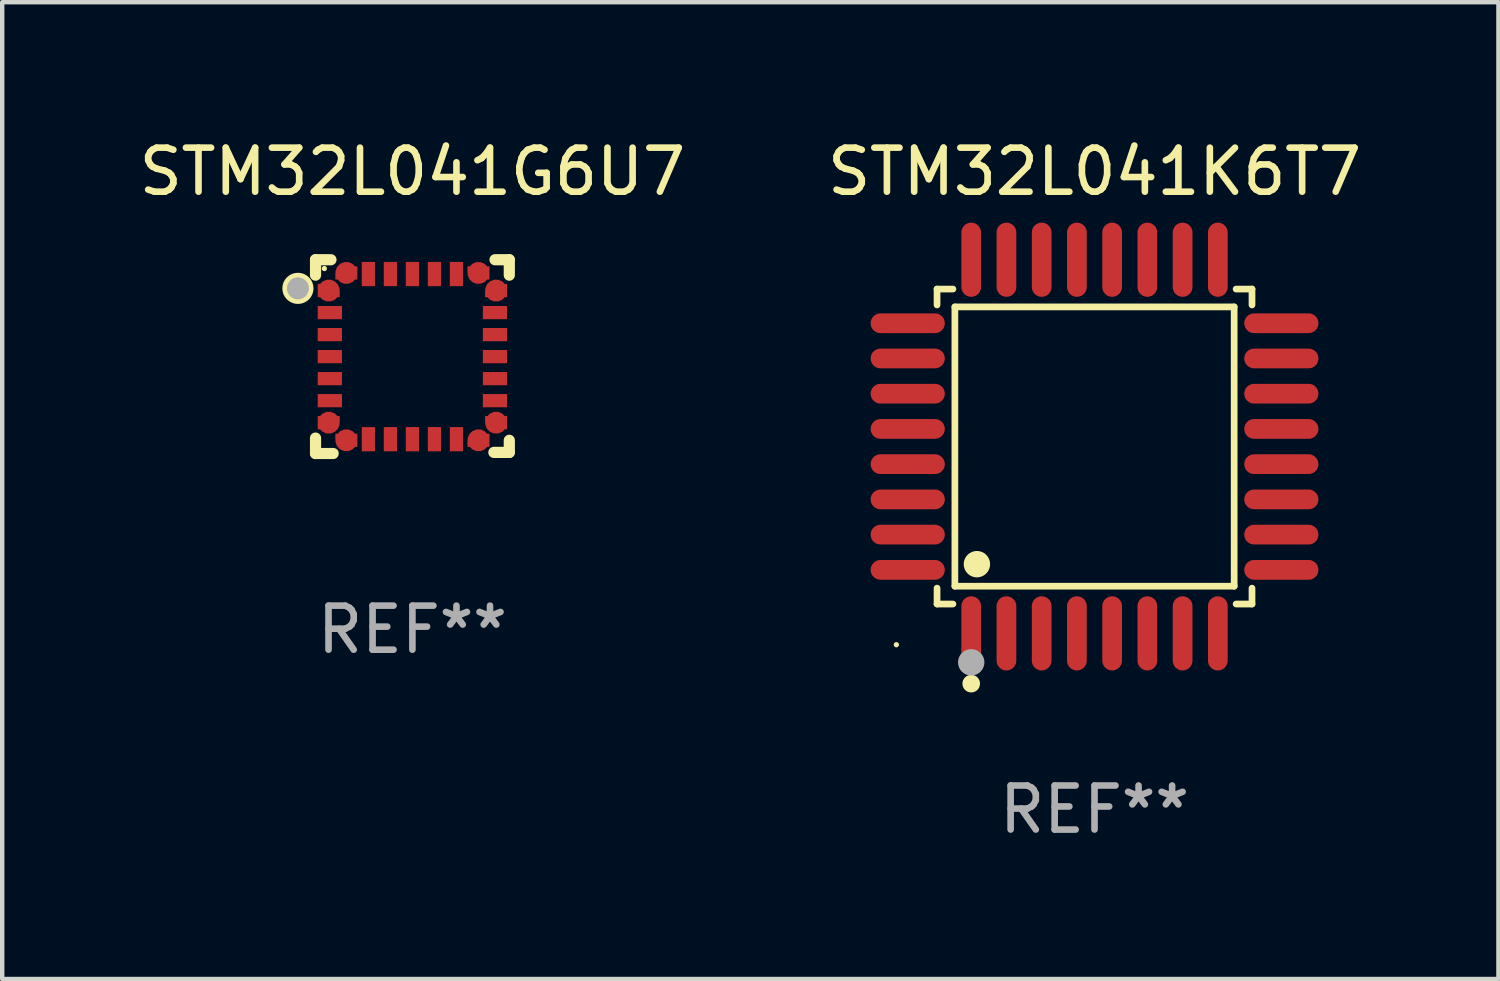
<source format=kicad_pcb>
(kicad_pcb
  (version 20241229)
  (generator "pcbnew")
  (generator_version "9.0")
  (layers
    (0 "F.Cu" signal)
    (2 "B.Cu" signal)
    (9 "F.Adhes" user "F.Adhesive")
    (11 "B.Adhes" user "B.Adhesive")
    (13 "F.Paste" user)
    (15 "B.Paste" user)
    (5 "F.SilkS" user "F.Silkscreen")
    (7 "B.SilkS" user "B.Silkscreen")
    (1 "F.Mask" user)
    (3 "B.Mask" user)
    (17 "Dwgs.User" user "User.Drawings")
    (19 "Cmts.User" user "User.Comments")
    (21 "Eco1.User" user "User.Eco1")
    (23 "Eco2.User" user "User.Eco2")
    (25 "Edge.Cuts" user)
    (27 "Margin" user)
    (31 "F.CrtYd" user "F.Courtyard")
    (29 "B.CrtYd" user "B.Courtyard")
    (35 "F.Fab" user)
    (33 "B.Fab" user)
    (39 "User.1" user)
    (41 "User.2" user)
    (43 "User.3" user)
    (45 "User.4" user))
  (footprint "STM32L041K6T7"
    (layer "F.Cu")
    (at 21.804 7.09)
    (property "Reference" "STM32L041K6T7" (at 0 -6.242 0) (layer "F.SilkS") (effects (font (size 1 1) (thickness 0.15))))
    (attr through_hole)
    (fp_line (start -3.576 -3.576) (end -3.215 -3.576) (stroke (width 0.152) (type solid)) (layer "F.SilkS"))
    (fp_line (start -3.576 -3.215) (end -3.576 -3.576) (stroke (width 0.152) (type solid)) (layer "F.SilkS"))
    (fp_line (start -3.576 3.215) (end -3.576 3.576) (stroke (width 0.152) (type solid)) (layer "F.SilkS"))
    (fp_line (start -3.576 3.576) (end -3.215 3.576) (stroke (width 0.152) (type solid)) (layer "F.SilkS"))
    (fp_line (start -3.171 -3.171) (end 3.171 -3.171) (stroke (width 0.152) (type solid)) (layer "F.SilkS"))
    (fp_line (start -3.171 3.171) (end -3.171 -3.171) (stroke (width 0.152) (type solid)) (layer "F.SilkS"))
    (fp_line (start 3.171 -3.171) (end 3.171 3.171) (stroke (width 0.152) (type solid)) (layer "F.SilkS"))
    (fp_line (start 3.171 3.171) (end -3.171 3.171) (stroke (width 0.152) (type solid)) (layer "F.SilkS"))
    (fp_line (start 3.576 -3.576) (end 3.215 -3.576) (stroke (width 0.152) (type solid)) (layer "F.SilkS"))
    (fp_line (start 3.576 -3.215) (end 3.576 -3.576) (stroke (width 0.152) (type solid)) (layer "F.SilkS"))
    (fp_line (start 3.576 3.215) (end 3.576 3.576) (stroke (width 0.152) (type solid)) (layer "F.SilkS"))
    (fp_line (start 3.576 3.576) (end 3.215 3.576) (stroke (width 0.152) (type solid)) (layer "F.SilkS"))
    (fp_circle (center -4.5 4.5) (end -4.47 4.5) (stroke (width 0.06) (type solid)) (fill no) (layer "F.SilkS"))
    (fp_circle (center -2.8 5.384) (end -2.7 5.384) (stroke (width 0.2) (type solid)) (fill no) (layer "F.SilkS"))
    (fp_circle (center -2.671 2.671) (end -2.521 2.671) (stroke (width 0.3) (type solid)) (fill no) (layer "F.SilkS"))
    (fp_circle (center -2.8 4.9) (end -2.65 4.9) (stroke (width 0.3) (type solid)) (fill no) (layer "F.Fab"))
    (fp_text user "REF**" (at 0 8.242 0) (layer "F.Fab") (effects (font (size 1 1) (thickness 0.15))))
    (pad "1" smd oval (at -2.8 4.242) (size 0.448 1.684) (layers "F.Cu" "F.Mask" "F.Paste"))
    (pad "2" smd oval (at -2 4.242) (size 0.448 1.684) (layers "F.Cu" "F.Mask" "F.Paste"))
    (pad "3" smd oval (at -1.2 4.242) (size 0.448 1.684) (layers "F.Cu" "F.Mask" "F.Paste"))
    (pad "4" smd oval (at -0.4 4.242) (size 0.448 1.684) (layers "F.Cu" "F.Mask" "F.Paste"))
    (pad "5" smd oval (at 0.4 4.242) (size 0.448 1.684) (layers "F.Cu" "F.Mask" "F.Paste"))
    (pad "6" smd oval (at 1.2 4.242) (size 0.448 1.684) (layers "F.Cu" "F.Mask" "F.Paste"))
    (pad "7" smd oval (at 2 4.242) (size 0.448 1.684) (layers "F.Cu" "F.Mask" "F.Paste"))
    (pad "8" smd oval (at 2.8 4.242) (size 0.448 1.684) (layers "F.Cu" "F.Mask" "F.Paste"))
    (pad "9" smd oval (at 4.242 2.8) (size 1.684 0.448) (layers "F.Cu" "F.Mask" "F.Paste"))
    (pad "10" smd oval (at 4.242 2) (size 1.684 0.448) (layers "F.Cu" "F.Mask" "F.Paste"))
    (pad "11" smd oval (at 4.242 1.2) (size 1.684 0.448) (layers "F.Cu" "F.Mask" "F.Paste"))
    (pad "12" smd oval (at 4.242 0.4) (size 1.684 0.448) (layers "F.Cu" "F.Mask" "F.Paste"))
    (pad "13" smd oval (at 4.242 -0.4) (size 1.684 0.448) (layers "F.Cu" "F.Mask" "F.Paste"))
    (pad "14" smd oval (at 4.242 -1.2) (size 1.684 0.448) (layers "F.Cu" "F.Mask" "F.Paste"))
    (pad "15" smd oval (at 4.242 -2) (size 1.684 0.448) (layers "F.Cu" "F.Mask" "F.Paste"))
    (pad "16" smd oval (at 4.242 -2.8) (size 1.684 0.448) (layers "F.Cu" "F.Mask" "F.Paste"))
    (pad "17" smd oval (at 2.8 -4.242) (size 0.448 1.684) (layers "F.Cu" "F.Mask" "F.Paste"))
    (pad "18" smd oval (at 2 -4.242) (size 0.448 1.684) (layers "F.Cu" "F.Mask" "F.Paste"))
    (pad "19" smd oval (at 1.2 -4.242) (size 0.448 1.684) (layers "F.Cu" "F.Mask" "F.Paste"))
    (pad "20" smd oval (at 0.4 -4.242) (size 0.448 1.684) (layers "F.Cu" "F.Mask" "F.Paste"))
    (pad "21" smd oval (at -0.4 -4.242) (size 0.448 1.684) (layers "F.Cu" "F.Mask" "F.Paste"))
    (pad "22" smd oval (at -1.2 -4.242) (size 0.448 1.684) (layers "F.Cu" "F.Mask" "F.Paste"))
    (pad "23" smd oval (at -2 -4.242) (size 0.448 1.684) (layers "F.Cu" "F.Mask" "F.Paste"))
    (pad "24" smd oval (at -2.8 -4.242) (size 0.448 1.684) (layers "F.Cu" "F.Mask" "F.Paste"))
    (pad "25" smd oval (at -4.242 -2.8) (size 1.684 0.448) (layers "F.Cu" "F.Mask" "F.Paste"))
    (pad "26" smd oval (at -4.242 -2) (size 1.684 0.448) (layers "F.Cu" "F.Mask" "F.Paste"))
    (pad "27" smd oval (at -4.242 -1.2) (size 1.684 0.448) (layers "F.Cu" "F.Mask" "F.Paste"))
    (pad "28" smd oval (at -4.242 -0.4) (size 1.684 0.448) (layers "F.Cu" "F.Mask" "F.Paste"))
    (pad "29" smd oval (at -4.242 0.4) (size 1.684 0.448) (layers "F.Cu" "F.Mask" "F.Paste"))
    (pad "30" smd oval (at -4.242 1.2) (size 1.684 0.448) (layers "F.Cu" "F.Mask" "F.Paste"))
    (pad "31" smd oval (at -4.242 2) (size 1.684 0.448) (layers "F.Cu" "F.Mask" "F.Paste"))
    (pad "32" smd oval (at -4.242 2.8) (size 1.684 0.448) (layers "F.Cu" "F.Mask" "F.Paste")))
  (footprint "STM32L041G6U7"
    (layer "F.Cu")
    (at 6.315 5.048)
    (property "Reference" "STM32L041G6U7" (at 0 -4.2 0) (layer "F.SilkS") (effects (font (size 1 1) (thickness 0.15))))
    (attr through_hole)
    (fp_line (start -2.2 1.85) (end -2.2 2.2) (stroke (width 0.254) (type solid)) (layer "F.SilkS"))
    (fp_line (start -2.2 2.2) (end -1.8 2.2) (stroke (width 0.254) (type solid)) (layer "F.SilkS"))
    (fp_line (start -2.2 -2.2) (end -2.2 -1.85) (stroke (width 0.254) (type solid)) (layer "F.SilkS"))
    (fp_line (start -1.85 -2.2) (end -2.2 -2.2) (stroke (width 0.254) (type solid)) (layer "F.SilkS"))
    (fp_line (start 1.876 -2.2) (end 2.2 -2.2) (stroke (width 0.254) (type solid)) (layer "F.SilkS"))
    (fp_line (start 2.2 -2.2) (end 2.2 -1.85) (stroke (width 0.254) (type solid)) (layer "F.SilkS"))
    (fp_line (start 2.2 1.9) (end 2.2 2.175) (stroke (width 0.254) (type solid)) (layer "F.SilkS"))
    (fp_line (start 2.2 2.175) (end 1.85 2.175) (stroke (width 0.254) (type solid)) (layer "F.SilkS"))
    (fp_circle (center -2.6 -1.55) (end -2.5 -1.55) (stroke (width 0.254) (type solid)) (fill no) (layer "F.SilkS"))
    (fp_circle (center -2 -2) (end -1.97 -2) (stroke (width 0.06) (type solid)) (fill no) (layer "F.SilkS"))
    (fp_circle (center -2.6 -1.55) (end -2.475 -1.55) (stroke (width 0.25) (type solid)) (fill no) (layer "F.Fab"))
    (fp_text user "REF**" (at 0 6.2 0) (layer "F.Fab") (effects (font (size 1 1) (thickness 0.15))))
    (pad "1" smd custom (at -1.9 -1.5) (size 0.5 0.3) (layers "F.Cu" "F.Mask" "F.Paste") (options (anchor circle)) (primitives (gr_poly (pts (xy -0.25 0.15) (xy 0.25 0.15) (xy 0.25 -0.000076) (xy 0.1 -0.15) (xy -0.25 -0.15)) (width 0) (fill yes))))
    (pad "2" smd rect (at -1.875 -1 90) (size 0.3 0.55) (layers "F.Cu" "F.Mask" "F.Paste"))
    (pad "3" smd rect (at -1.875 -0.5 90) (size 0.3 0.55) (layers "F.Cu" "F.Mask" "F.Paste"))
    (pad "4" smd rect (at -1.875 -0.000152 90) (size 0.3 0.55) (layers "F.Cu" "F.Mask" "F.Paste"))
    (pad "5" smd rect (at -1.875 0.5 90) (size 0.3 0.55) (layers "F.Cu" "F.Mask" "F.Paste"))
    (pad "6" smd rect (at -1.875 1 90) (size 0.3 0.55) (layers "F.Cu" "F.Mask" "F.Paste"))
    (pad "7" smd custom (at -1.9 1.5) (size 0.5 0.3) (layers "F.Cu" "F.Mask" "F.Paste") (options (anchor circle)) (primitives (gr_poly (pts (xy -0.25 -0.15) (xy 0.25 -0.15) (xy 0.25 -0.000102) (xy 0.1 0.15) (xy -0.25 0.15)) (width 0) (fill yes))))
    (pad "8" smd custom (at -1.5 1.9 90) (size 0.5 0.3) (layers "F.Cu" "F.Mask" "F.Paste") (options (anchor circle)) (primitives (gr_poly (pts (xy 0.15 0.25) (xy 0.15 -0.25) (xy -0.000127 -0.25) (xy -0.15 -0.1) (xy -0.15 0.25)) (width 0) (fill yes))))
    (pad "9" smd rect (at -1 1.875) (size 0.3 0.55) (layers "F.Cu" "F.Mask" "F.Paste"))
    (pad "10" smd rect (at -0.5 1.875) (size 0.3 0.55) (layers "F.Cu" "F.Mask" "F.Paste"))
    (pad "11" smd rect (at -0.000152 1.875) (size 0.3 0.55) (layers "F.Cu" "F.Mask" "F.Paste"))
    (pad "12" smd rect (at 0.5 1.875) (size 0.3 0.55) (layers "F.Cu" "F.Mask" "F.Paste"))
    (pad "13" smd rect (at 1 1.875) (size 0.3 0.55) (layers "F.Cu" "F.Mask" "F.Paste"))
    (pad "14" smd custom (at 1.5 1.9 90) (size 0.5 0.3) (layers "F.Cu" "F.Mask" "F.Paste") (options (anchor circle)) (primitives (gr_poly (pts (xy -0.15 0.25) (xy -0.15 -0.25) (xy -0.000051 -0.25) (xy 0.15 -0.1) (xy 0.15 0.25)) (width 0) (fill yes))))
    (pad "15" smd custom (at 1.9 1.5) (size 0.5 0.3) (layers "F.Cu" "F.Mask" "F.Paste") (options (anchor circle)) (primitives (gr_poly (pts (xy 0.25 -0.15) (xy -0.25 -0.15) (xy -0.25 -0.000076) (xy -0.1 0.15) (xy 0.25 0.15)) (width 0) (fill yes))))
    (pad "16" smd rect (at 1.875 1 90) (size 0.3 0.55) (layers "F.Cu" "F.Mask" "F.Paste"))
    (pad "17" smd rect (at 1.875 0.5 90) (size 0.3 0.55) (layers "F.Cu" "F.Mask" "F.Paste"))
    (pad "18" smd rect (at 1.875 -0.000152 90) (size 0.3 0.55) (layers "F.Cu" "F.Mask" "F.Paste"))
    (pad "19" smd rect (at 1.875 -0.5 90) (size 0.3 0.55) (layers "F.Cu" "F.Mask" "F.Paste"))
    (pad "20" smd rect (at 1.875 -1 90) (size 0.3 0.55) (layers "F.Cu" "F.Mask" "F.Paste"))
    (pad "21" smd custom (at 1.9 -1.5) (size 0.5 0.3) (layers "F.Cu" "F.Mask" "F.Paste") (options (anchor circle)) (primitives (gr_poly (pts (xy 0.25 0.15) (xy -0.25 0.15) (xy -0.25 -0.000102) (xy -0.1 -0.15) (xy 0.25 -0.15)) (width 0) (fill yes))))
    (pad "22" smd custom (at 1.5 -1.9 270) (size 0.5 0.3) (layers "F.Cu" "F.Mask" "F.Paste") (options (anchor circle)) (primitives (gr_poly (pts (xy -0.15 -0.25) (xy -0.15 0.25) (xy 0.000025 0.25) (xy 0.15 0.1) (xy 0.15 -0.25)) (width 0) (fill yes))))
    (pad "23" smd rect (at 1 -1.875) (size 0.3 0.55) (layers "F.Cu" "F.Mask" "F.Paste"))
    (pad "24" smd rect (at 0.5 -1.875) (size 0.3 0.55) (layers "F.Cu" "F.Mask" "F.Paste"))
    (pad "25" smd rect (at -0.000152 -1.875) (size 0.3 0.55) (layers "F.Cu" "F.Mask" "F.Paste"))
    (pad "26" smd rect (at -0.5 -1.875) (size 0.3 0.55) (layers "F.Cu" "F.Mask" "F.Paste"))
    (pad "27" smd rect (at -1 -1.875) (size 0.3 0.55) (layers "F.Cu" "F.Mask" "F.Paste"))
    (pad "28" smd custom (at -1.5 -1.9 270) (size 0.5 0.3) (layers "F.Cu" "F.Mask" "F.Paste") (options (anchor circle)) (primitives (gr_poly (pts (xy 0.15 -0.25) (xy 0.15 0.25) (xy -0.000127 0.25) (xy -0.15 0.1) (xy -0.15 -0.25)) (width 0) (fill yes)))))
  (gr_rect
    (start -3 -3)
    (end 30.976 19.181)
    (stroke (width 0.1) (type default))
    (fill no)
    (layer "Edge.Cuts")))
</source>
